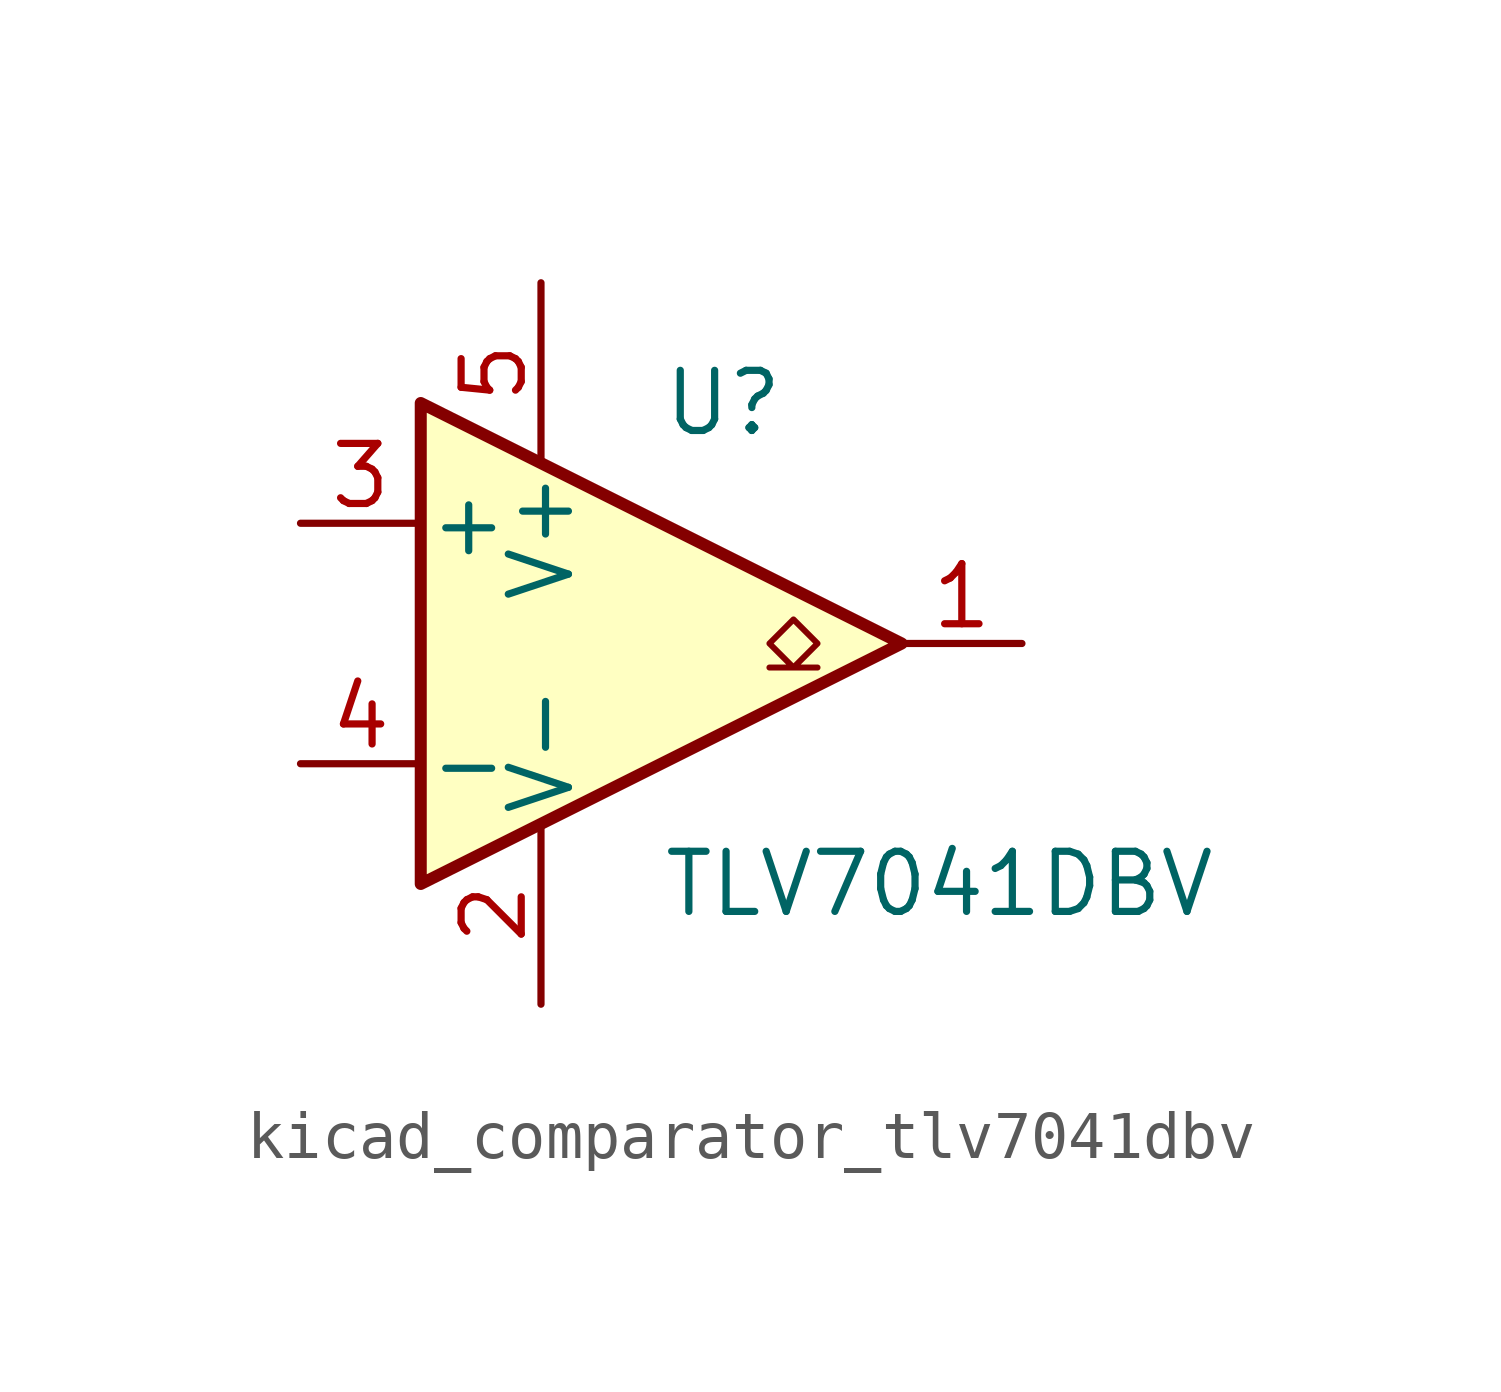
<source format=kicad_sym>
(kicad_symbol_lib
  (version 20220914)
  (generator kicad_symbol_editor)
  (symbol "kicad_comparator_tlv7041dbv"
    (pin_names
      (offset 0.127))
    (property "Reference" "U"
      (at 0 5.08 0)
      (effects (font (size 1.27 1.27)) (justify left)))
    (property "Value" "TLV7041DBV"
      (at 0 -5.08 0)
      (effects (font (size 1.27 1.27)) (justify left)))
    (symbol "kicad_comparator_tlv7041dbv_0_1"
      (polyline (pts (xy -5.08 5.08) (xy 5.08 0) (xy -5.08 -5.08) (xy -5.08 5.08)) (stroke (width 0.254) (type default)) (fill (type background)))
      (polyline (pts (xy 3.302 -0.508) (xy 2.794 -0.508) (xy 3.302 0) (xy 2.794 0.508) (xy 2.286 0) (xy 2.794 -0.508) (xy 2.286 -0.508)) (stroke (width 0.127) (type default)) (fill (type none)))
      (pin power_in line (at -2.54 -7.62 90) (length 3.81) (name "V-" (effects (font (size 1.27 1.27)))) (number "2" (effects (font (size 1.27 1.27)))))
      (pin power_in line (at -2.54 7.62 270) (length 3.81) (name "V+" (effects (font (size 1.27 1.27)))) (number "5" (effects (font (size 1.27 1.27))))))
    (symbol "kicad_comparator_tlv7041dbv_1_1"
      (pin open_collector line (at 7.62 0 180) (length 2.54) (name "~" (effects (font (size 1.27 1.27)))) (number "1" (effects (font (size 1.27 1.27)))))
      (pin input line (at -7.62 2.54 0) (length 2.54) (name "+" (effects (font (size 1.27 1.27)))) (number "3" (effects (font (size 1.27 1.27)))))
      (pin input line (at -7.62 -2.54 0) (length 2.54) (name "-" (effects (font (size 1.27 1.27)))) (number "4" (effects (font (size 1.27 1.27))))))))
</source>
